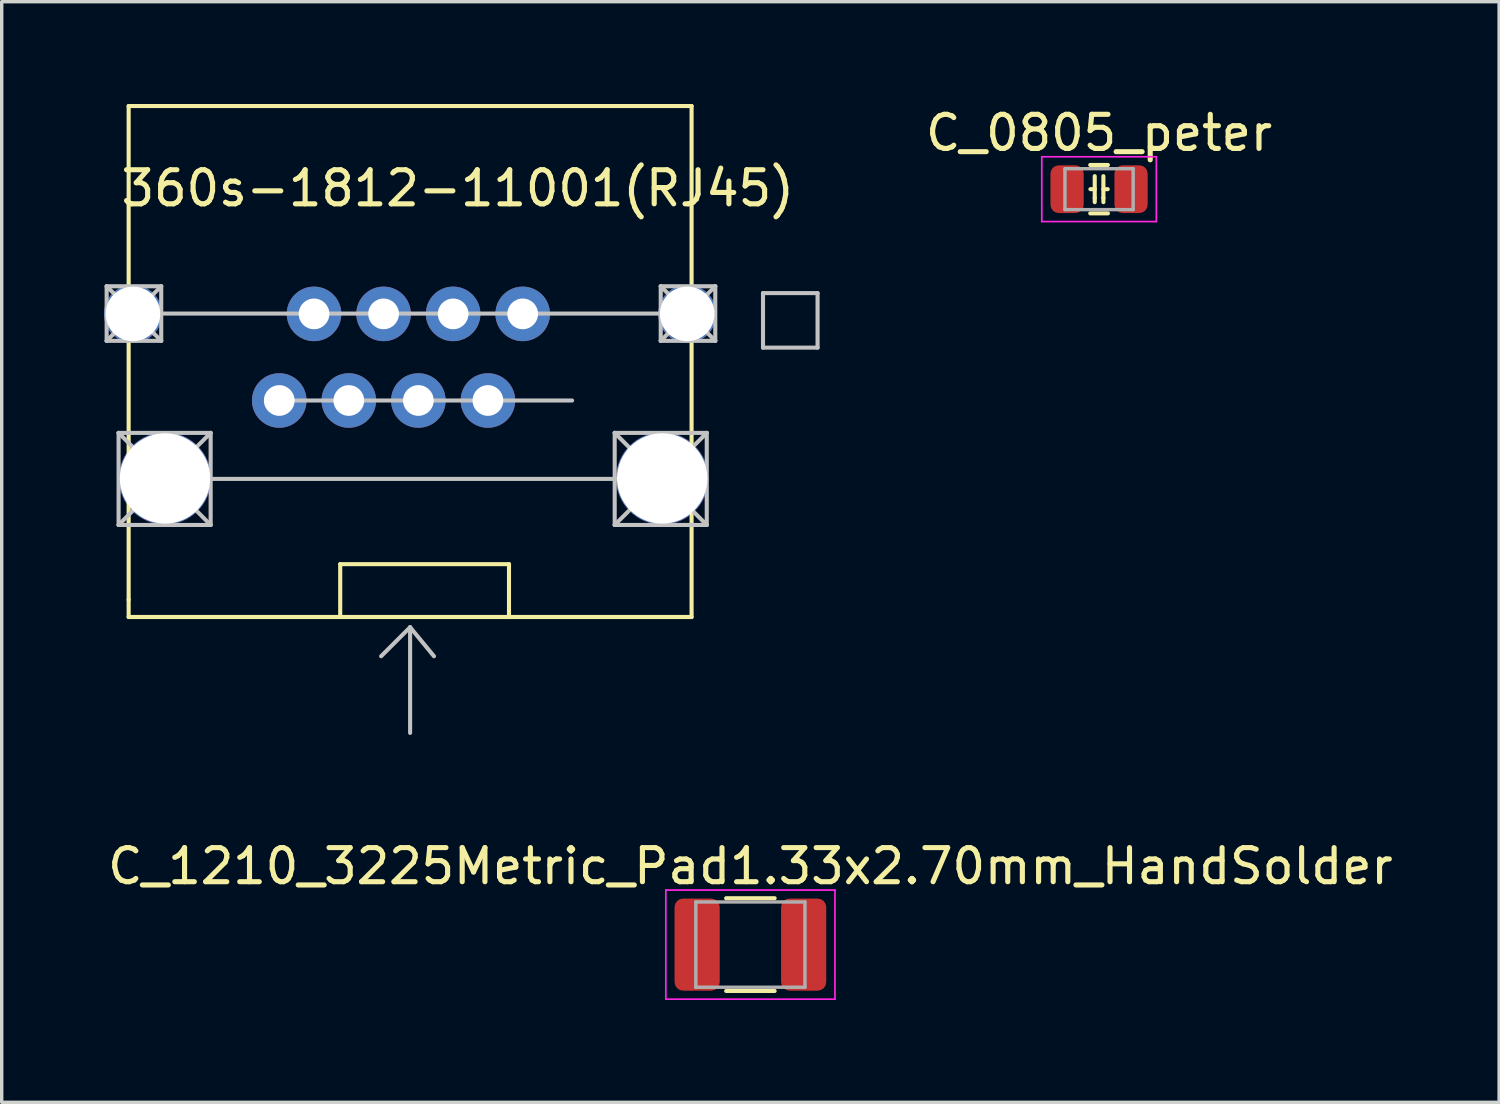
<source format=kicad_pcb>
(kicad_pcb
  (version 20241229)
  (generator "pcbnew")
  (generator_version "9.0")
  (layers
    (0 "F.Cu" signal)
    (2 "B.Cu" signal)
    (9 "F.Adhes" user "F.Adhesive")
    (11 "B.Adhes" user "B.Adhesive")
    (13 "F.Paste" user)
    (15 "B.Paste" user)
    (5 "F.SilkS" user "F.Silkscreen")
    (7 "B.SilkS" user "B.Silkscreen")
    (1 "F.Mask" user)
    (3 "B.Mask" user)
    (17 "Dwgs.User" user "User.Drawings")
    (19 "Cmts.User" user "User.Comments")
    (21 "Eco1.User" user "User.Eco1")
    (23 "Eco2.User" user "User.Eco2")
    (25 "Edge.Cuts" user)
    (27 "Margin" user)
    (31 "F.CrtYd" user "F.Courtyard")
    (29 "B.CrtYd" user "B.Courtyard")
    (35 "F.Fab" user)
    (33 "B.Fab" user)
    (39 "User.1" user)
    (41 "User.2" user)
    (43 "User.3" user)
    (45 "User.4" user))
  (footprint "C_0805_peter"
    (layer "F.Cu")
    (at 29.184 2.498)
    (property "Reference" "C_0805_peter" (at 0 -1.65 0) (layer "F.SilkS") (effects (font (size 1 1) (thickness 0.15))))
    (attr smd)
    (fp_line (start -0.259 -0.71) (end 0.259 -0.71) (stroke (width 0.12) (type solid)) (layer "F.SilkS"))
    (fp_line (start -0.259 0.71) (end 0.259 0.71) (stroke (width 0.12) (type solid)) (layer "F.SilkS"))
    (fp_line (start -0.127 -0.381) (end -0.127 0.254) (stroke (width 0.12) (type solid)) (layer "F.SilkS"))
    (fp_line (start -0.127 0) (end -0.254 0) (stroke (width 0.12) (type solid)) (layer "F.SilkS"))
    (fp_line (start -0.127 0.254) (end -0.127 0.381) (stroke (width 0.12) (type solid)) (layer "F.SilkS"))
    (fp_line (start 0.127 -0.381) (end 0.127 0.254) (stroke (width 0.12) (type solid)) (layer "F.SilkS"))
    (fp_line (start 0.127 0) (end 0.254 0) (stroke (width 0.12) (type solid)) (layer "F.SilkS"))
    (fp_line (start 0.127 0.254) (end 0.127 0.381) (stroke (width 0.12) (type solid)) (layer "F.SilkS"))
    (fp_line (start -1.68 -0.95) (end 1.68 -0.95) (stroke (width 0.05) (type solid)) (layer "F.CrtYd"))
    (fp_line (start -1.68 0.95) (end -1.68 -0.95) (stroke (width 0.05) (type solid)) (layer "F.CrtYd"))
    (fp_line (start 1.68 -0.95) (end 1.68 0.95) (stroke (width 0.05) (type solid)) (layer "F.CrtYd"))
    (fp_line (start 1.68 0.95) (end -1.68 0.95) (stroke (width 0.05) (type solid)) (layer "F.CrtYd"))
    (fp_line (start -1 -0.6) (end 1 -0.6) (stroke (width 0.1) (type solid)) (layer "F.Fab"))
    (fp_line (start -1 0.6) (end -1 -0.6) (stroke (width 0.1) (type solid)) (layer "F.Fab"))
    (fp_line (start 1 -0.6) (end 1 0.6) (stroke (width 0.1) (type solid)) (layer "F.Fab"))
    (fp_line (start 1 0.6) (end -1 0.6) (stroke (width 0.1) (type solid)) (layer "F.Fab"))
    (pad "1" smd roundrect (at -0.938 0) (size 0.975 1.4) (layers "F.Cu" "F.Mask" "F.Paste") (roundrect_rratio 0.25))
    (pad "2" smd roundrect (at 0.938 0) (size 0.975 1.4) (layers "F.Cu" "F.Mask" "F.Paste") (roundrect_rratio 0.25)))
  (footprint "360s-1812-11001(RJ45)"
    (layer "F.Cu")
    (at 8.978 8.696)
    (property "Reference" "360s-1812-11001(RJ45)" (at 1.397 -6.223 0) (layer "F.SilkS") (effects (font (size 1 1) (thickness 0.15))))
    (attr through_hole)
    (fp_line (start -8.255 -8.636) (end 8.255 -8.636) (stroke (width 0.12) (type solid)) (layer "F.SilkS"))
    (fp_line (start -8.255 5.842) (end -8.255 -8.636) (stroke (width 0.12) (type solid)) (layer "F.SilkS"))
    (fp_line (start -8.255 6.35) (end -8.255 5.842) (stroke (width 0.12) (type solid)) (layer "F.SilkS"))
    (fp_line (start -2.05 4.8) (end -2.05 6.35) (stroke (width 0.12) (type solid)) (layer "F.SilkS"))
    (fp_line (start 2.9 4.8) (end -2.05 4.8) (stroke (width 0.12) (type solid)) (layer "F.SilkS"))
    (fp_line (start 2.9 6.35) (end 2.9 4.8) (stroke (width 0.12) (type solid)) (layer "F.SilkS"))
    (fp_line (start 8.255 -8.636) (end 8.255 6.35) (stroke (width 0.12) (type solid)) (layer "F.SilkS"))
    (fp_line (start 8.255 6.35) (end -8.255 6.35) (stroke (width 0.12) (type solid)) (layer "F.SilkS"))
    (fp_line (start -8.9 -3.35) (end -8.9 -1.75) (stroke (width 0.12) (type solid)) (layer "Dwgs.User"))
    (fp_line (start -8.9 -3.35) (end -7.3 -1.75) (stroke (width 0.12) (type solid)) (layer "Dwgs.User"))
    (fp_line (start -8.9 -1.75) (end -7.3 -1.75) (stroke (width 0.12) (type solid)) (layer "Dwgs.User"))
    (fp_line (start -8.55 0.95) (end -5.85 0.95) (stroke (width 0.12) (type solid)) (layer "Dwgs.User"))
    (fp_line (start -8.55 0.95) (end -5.85 3.65) (stroke (width 0.12) (type solid)) (layer "Dwgs.User"))
    (fp_line (start -8.55 3.65) (end -8.55 0.95) (stroke (width 0.12) (type solid)) (layer "Dwgs.User"))
    (fp_line (start -8.55 3.65) (end -5.85 3.65) (stroke (width 0.12) (type solid)) (layer "Dwgs.User"))
    (fp_line (start -7.3 -3.35) (end -8.9 -3.35) (stroke (width 0.12) (type solid)) (layer "Dwgs.User"))
    (fp_line (start -7.3 -3.35) (end -8.9 -1.75) (stroke (width 0.12) (type solid)) (layer "Dwgs.User"))
    (fp_line (start -7.3 -1.75) (end -7.3 -3.35) (stroke (width 0.12) (type solid)) (layer "Dwgs.User"))
    (fp_line (start -7.2 2.3) (end 7.35 2.3) (stroke (width 0.12) (type solid)) (layer "Dwgs.User"))
    (fp_line (start -5.85 0.95) (end -8.55 3.65) (stroke (width 0.12) (type solid)) (layer "Dwgs.User"))
    (fp_line (start -5.85 3.65) (end -5.85 0.95) (stroke (width 0.12) (type solid)) (layer "Dwgs.User"))
    (fp_line (start -3.85 0) (end 4.75 0) (stroke (width 0.12) (type solid)) (layer "Dwgs.User"))
    (fp_line (start 0 6.65) (end -0.85 7.5) (stroke (width 0.12) (type solid)) (layer "Dwgs.User"))
    (fp_line (start 0 6.65) (end 0.7 7.5) (stroke (width 0.12) (type solid)) (layer "Dwgs.User"))
    (fp_line (start 0 9.75) (end 0 6.65) (stroke (width 0.12) (type solid)) (layer "Dwgs.User"))
    (fp_line (start 6 0.95) (end 8.7 0.95) (stroke (width 0.12) (type solid)) (layer "Dwgs.User"))
    (fp_line (start 6 0.95) (end 8.7 3.65) (stroke (width 0.12) (type solid)) (layer "Dwgs.User"))
    (fp_line (start 6 3.65) (end 6 0.95) (stroke (width 0.12) (type solid)) (layer "Dwgs.User"))
    (fp_line (start 6 3.65) (end 8.7 3.65) (stroke (width 0.12) (type solid)) (layer "Dwgs.User"))
    (fp_line (start 7.35 -3.35) (end 7.35 -1.75) (stroke (width 0.12) (type solid)) (layer "Dwgs.User"))
    (fp_line (start 7.35 -3.35) (end 8.95 -1.75) (stroke (width 0.12) (type solid)) (layer "Dwgs.User"))
    (fp_line (start 7.35 -1.75) (end 8.95 -1.75) (stroke (width 0.12) (type solid)) (layer "Dwgs.User"))
    (fp_line (start 8.15 -2.55) (end -8.1 -2.55) (stroke (width 0.12) (type solid)) (layer "Dwgs.User"))
    (fp_line (start 8.7 0.95) (end 6 3.65) (stroke (width 0.12) (type solid)) (layer "Dwgs.User"))
    (fp_line (start 8.7 3.65) (end 8.7 0.95) (stroke (width 0.12) (type solid)) (layer "Dwgs.User"))
    (fp_line (start 8.95 -3.35) (end 7.35 -3.35) (stroke (width 0.12) (type solid)) (layer "Dwgs.User"))
    (fp_line (start 8.95 -3.35) (end 7.35 -1.75) (stroke (width 0.12) (type solid)) (layer "Dwgs.User"))
    (fp_line (start 8.95 -1.75) (end 8.95 -3.35) (stroke (width 0.12) (type solid)) (layer "Dwgs.User"))
    (fp_line (start 10.35 -3.15) (end 10.35 -1.55) (stroke (width 0.12) (type solid)) (layer "Dwgs.User"))
    (fp_line (start 10.35 -1.55) (end 11.95 -1.55) (stroke (width 0.12) (type solid)) (layer "Dwgs.User"))
    (fp_line (start 11.95 -3.15) (end 10.35 -3.15) (stroke (width 0.12) (type solid)) (layer "Dwgs.User"))
    (fp_line (start 11.95 -1.55) (end 11.95 -3.15) (stroke (width 0.12) (type solid)) (layer "Dwgs.User"))
    (pad "" np_thru_hole circle (at -7.189 2.286) (size 2.7 2.7) (drill 2.65) (layers "*.Cu" "*.Mask"))
    (pad "" np_thru_hole circle (at 7.393 2.286) (size 2.7 2.7) (drill 2.65) (layers "*.Cu" "*.Mask"))
    (pad "1" thru_hole circle (at 3.302 -2.54) (size 1.6 1.6) (drill 0.9) (layers "*.Cu" "*.Mask"))
    (pad "2" thru_hole circle (at 2.282 0) (size 1.6 1.6) (drill 0.9) (layers "*.Cu" "*.Mask"))
    (pad "3" thru_hole circle (at 1.262 -2.54) (size 1.6 1.6) (drill 0.9) (layers "*.Cu" "*.Mask"))
    (pad "4" thru_hole circle (at 0.242 0) (size 1.6 1.6) (drill 0.9) (layers "*.Cu" "*.Mask"))
    (pad "5" thru_hole circle (at -0.778 -2.54) (size 1.6 1.6) (drill 0.9) (layers "*.Cu" "*.Mask"))
    (pad "6" thru_hole circle (at -1.798 0) (size 1.6 1.6) (drill 0.9) (layers "*.Cu" "*.Mask"))
    (pad "7" thru_hole circle (at -2.818 -2.54) (size 1.6 1.6) (drill 0.9) (layers "*.Cu" "*.Mask"))
    (pad "8" thru_hole circle (at -3.838 0) (size 1.6 1.6) (drill 0.9) (layers "*.Cu" "*.Mask"))
    (pad "SH" thru_hole circle (at -8.128 -2.54) (size 1.7 1.7) (drill 1.6) (layers "*.Cu" "*.Mask"))
    (pad "SH" thru_hole circle (at 8.128 -2.54) (size 1.7 1.7) (drill 1.6) (layers "*.Cu" "*.Mask")))
  (footprint "C_1210_3225Metric_Pad1.33x2.70mm_HandSolder"
    (layer "F.Cu")
    (at 18.958 24.654)
    (property "Reference" "C_1210_3225Metric_Pad1.33x2.70mm_HandSolder" (at 0 -2.3 0) (layer "F.SilkS") (effects (font (size 1 1) (thickness 0.15))))
    (attr smd)
    (fp_line (start -0.711 -1.36) (end 0.711 -1.36) (stroke (width 0.12) (type solid)) (layer "F.SilkS"))
    (fp_line (start -0.711 1.36) (end 0.711 1.36) (stroke (width 0.12) (type solid)) (layer "F.SilkS"))
    (fp_line (start -2.48 -1.6) (end 2.48 -1.6) (stroke (width 0.05) (type solid)) (layer "F.CrtYd"))
    (fp_line (start -2.48 1.6) (end -2.48 -1.6) (stroke (width 0.05) (type solid)) (layer "F.CrtYd"))
    (fp_line (start 2.48 -1.6) (end 2.48 1.6) (stroke (width 0.05) (type solid)) (layer "F.CrtYd"))
    (fp_line (start 2.48 1.6) (end -2.48 1.6) (stroke (width 0.05) (type solid)) (layer "F.CrtYd"))
    (fp_line (start -1.6 -1.25) (end 1.6 -1.25) (stroke (width 0.1) (type solid)) (layer "F.Fab"))
    (fp_line (start -1.6 1.25) (end -1.6 -1.25) (stroke (width 0.1) (type solid)) (layer "F.Fab"))
    (fp_line (start 1.6 -1.25) (end 1.6 1.25) (stroke (width 0.1) (type solid)) (layer "F.Fab"))
    (fp_line (start 1.6 1.25) (end -1.6 1.25) (stroke (width 0.1) (type solid)) (layer "F.Fab"))
    (pad "1" smd roundrect (at -1.562 0) (size 1.325 2.7) (layers "F.Cu" "F.Mask" "F.Paste") (roundrect_rratio 0.189))
    (pad "2" smd roundrect (at 1.562 0) (size 1.325 2.7) (layers "F.Cu" "F.Mask" "F.Paste") (roundrect_rratio 0.189)))
  (gr_rect
    (start -3 -3)
    (end 40.917 29.279)
    (stroke (width 0.1) (type default))
    (fill no)
    (layer "Edge.Cuts")))
</source>
